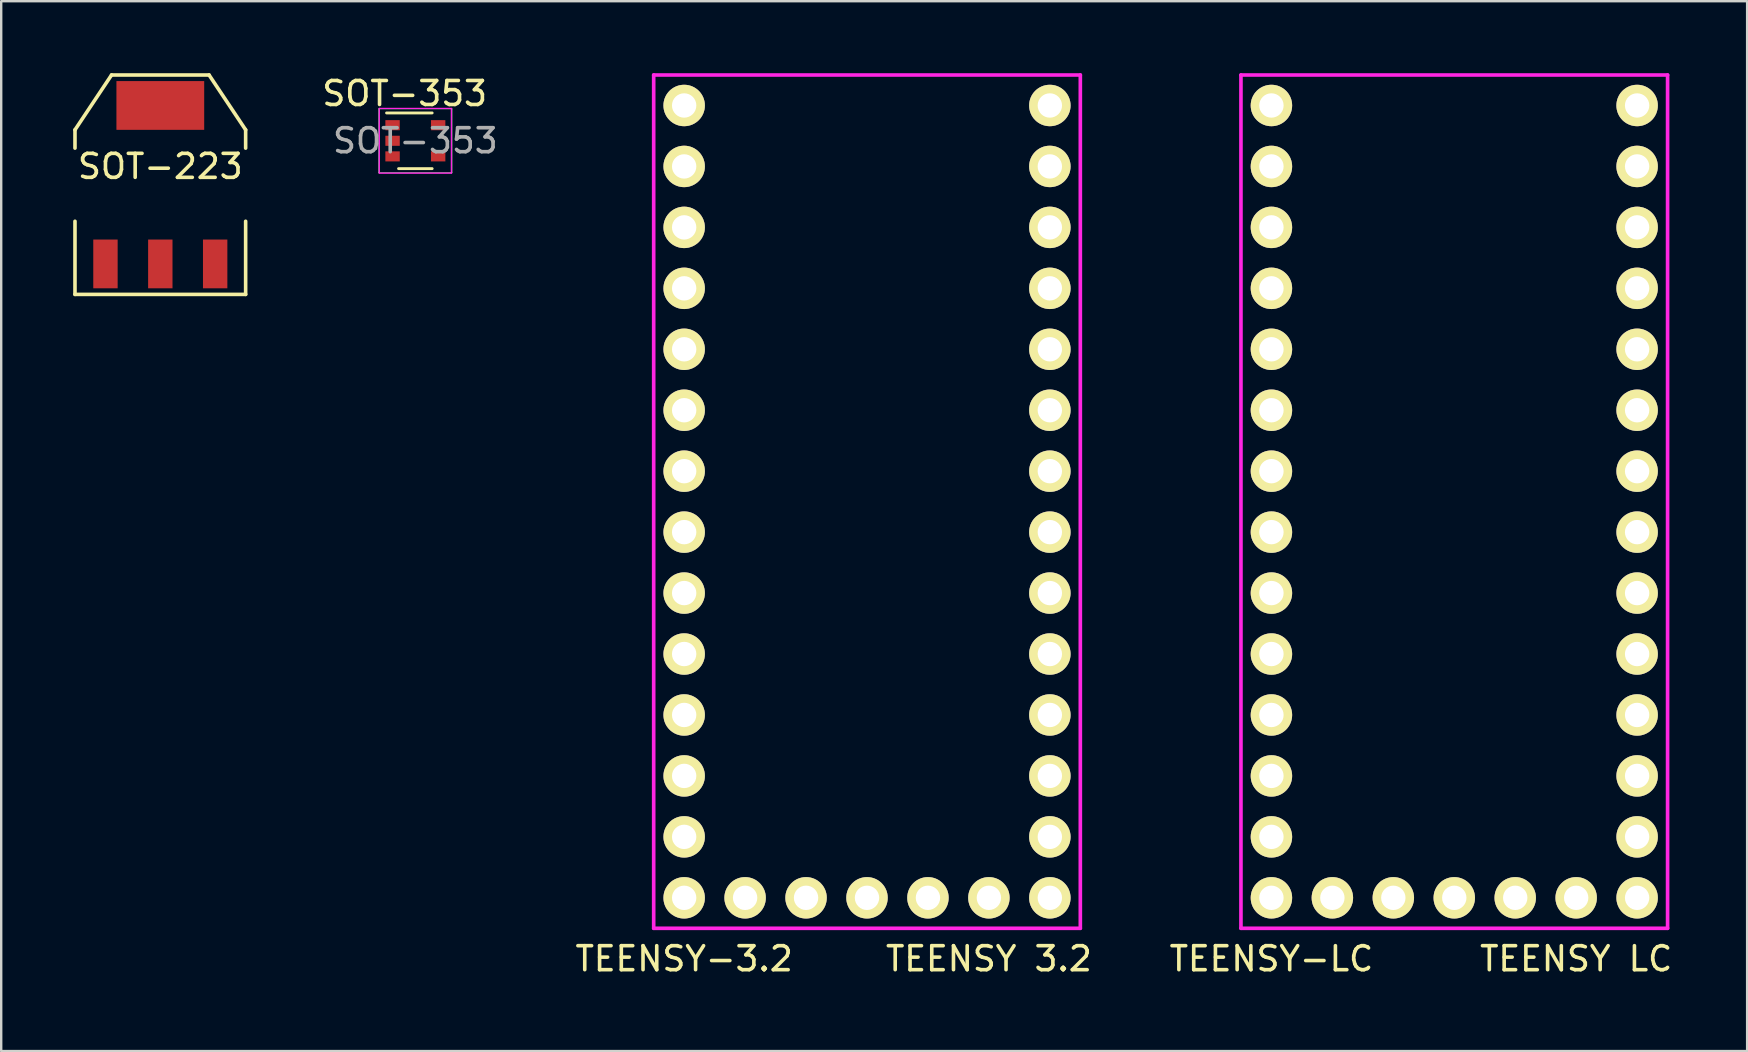
<source format=kicad_pcb>
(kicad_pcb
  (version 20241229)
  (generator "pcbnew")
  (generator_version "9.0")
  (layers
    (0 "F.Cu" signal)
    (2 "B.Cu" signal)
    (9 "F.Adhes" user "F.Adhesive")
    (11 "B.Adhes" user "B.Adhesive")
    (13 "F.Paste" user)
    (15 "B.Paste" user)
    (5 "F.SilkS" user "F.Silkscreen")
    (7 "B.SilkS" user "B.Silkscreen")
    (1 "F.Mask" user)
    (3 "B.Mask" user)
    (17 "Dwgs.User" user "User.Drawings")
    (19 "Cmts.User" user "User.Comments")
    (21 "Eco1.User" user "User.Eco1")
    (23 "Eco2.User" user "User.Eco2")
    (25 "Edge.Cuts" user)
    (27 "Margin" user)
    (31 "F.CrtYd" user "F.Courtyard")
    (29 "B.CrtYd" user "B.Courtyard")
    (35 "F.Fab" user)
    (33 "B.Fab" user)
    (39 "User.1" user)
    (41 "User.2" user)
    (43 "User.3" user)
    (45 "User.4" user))
  (footprint "SOT-353"
    (layer "F.Cu")
    (at 14.26 2.817)
    (property "Reference" "SOT-353" (at 0 0 0) (layer "F.Fab") (effects (font (size 1 1) (thickness 0.15))))
    (attr smd)
    (fp_line (start -0.7 1.16) (end 0.7 1.16) (stroke (width 0.12) (type solid)) (layer "F.SilkS"))
    (fp_line (start 0.7 -1.16) (end -1.2 -1.16) (stroke (width 0.12) (type solid)) (layer "F.SilkS"))
    (fp_line (start -1.5 -1.35) (end -1.5 1.35) (stroke (width 0.05) (type solid)) (layer "F.CrtYd"))
    (fp_line (start -1.5 -1.35) (end 1.5 -1.35) (stroke (width 0.05) (type solid)) (layer "F.CrtYd"))
    (fp_line (start -1.5 1.35) (end 1.5 1.35) (stroke (width 0.05) (type solid)) (layer "F.CrtYd"))
    (fp_line (start 1.5 1.35) (end 1.5 -1.35) (stroke (width 0.05) (type solid)) (layer "F.CrtYd"))
    (fp_line (start -1.524 -1.333) (end -1.524 1.333) (stroke (width 0.041) (type solid)) (layer "F.Fab"))
    (fp_line (start -1.524 1.333) (end 1.524 1.333) (stroke (width 0.041) (type solid)) (layer "F.Fab"))
    (fp_line (start 1.524 -1.333) (end -1.524 -1.333) (stroke (width 0.041) (type solid)) (layer "F.Fab"))
    (fp_line (start 1.524 1.333) (end 1.524 -1.333) (stroke (width 0.041) (type solid)) (layer "F.Fab"))
    (fp_text user "${REFERENCE}" (at -0.445 -1.968 0) (layer "F.SilkS") (effects (font (size 1 1) (thickness 0.15))))
    (pad "1" smd rect (at -0.95 -0.65) (size 0.6 0.42) (layers "F.Cu" "F.Mask" "F.Paste"))
    (pad "2" smd rect (at -0.95 0) (size 0.6 0.42) (layers "F.Cu" "F.Mask" "F.Paste"))
    (pad "3" smd rect (at -0.95 0.65) (size 0.6 0.42) (layers "F.Cu" "F.Mask" "F.Paste"))
    (pad "4" smd rect (at 0.95 0.65) (size 0.6 0.42) (layers "F.Cu" "F.Mask" "F.Paste"))
    (pad "5" smd rect (at 0.95 -0.65) (size 0.6 0.42) (layers "F.Cu" "F.Mask" "F.Paste")))
  (footprint "TEENSY-3.2"
    (layer "F.Cu")
    (at 35.622 11.506)
    (property "Reference" "TEENSY-3.2" (at -10.16 25.4 180) (layer "F.SilkS") (effects (font (size 1 1) (thickness 0.15))))
    (attr through_hole)
    (fp_line (start -11.43 -11.43) (end -11.43 24.13) (stroke (width 0.152) (type solid)) (layer "F.CrtYd"))
    (fp_line (start -11.43 24.13) (end 6.35 24.13) (stroke (width 0.152) (type solid)) (layer "F.CrtYd"))
    (fp_line (start 6.35 -11.43) (end -11.43 -11.43) (stroke (width 0.152) (type solid)) (layer "F.CrtYd"))
    (fp_line (start 6.35 24.13) (end 6.35 -11.43) (stroke (width 0.152) (type solid)) (layer "F.CrtYd"))
    (fp_text user "TEENSY 3.2" (at 2.54 25.4 0) (layer "F.SilkS") (effects (font (size 1 1) (thickness 0.15))))
    (pad "0" thru_hole circle (at -10.16 -7.62) (size 1.727 1.727) (drill 1.016) (layers "*.Cu" "*.Mask" "F.SilkS"))
    (pad "1" thru_hole circle (at -10.16 -5.08) (size 1.727 1.727) (drill 1.016) (layers "*.Cu" "*.Mask" "F.SilkS"))
    (pad "2" thru_hole circle (at -10.16 -2.54) (size 1.727 1.727) (drill 1.016) (layers "*.Cu" "*.Mask" "F.SilkS"))
    (pad "3" thru_hole circle (at -10.16 0) (size 1.727 1.727) (drill 1.016) (layers "*.Cu" "*.Mask" "F.SilkS"))
    (pad "3V1" thru_hole circle (at -5.08 22.86) (size 1.727 1.727) (drill 1.016) (layers "*.Cu" "*.Mask" "F.SilkS"))
    (pad "3V2" thru_hole circle (at 5.08 -5.08) (size 1.727 1.727) (drill 1.016) (layers "*.Cu" "*.Mask" "F.SilkS"))
    (pad "4" thru_hole circle (at -10.16 2.54) (size 1.727 1.727) (drill 1.016) (layers "*.Cu" "*.Mask" "F.SilkS"))
    (pad "5" thru_hole circle (at -10.16 5.08) (size 1.727 1.727) (drill 1.016) (layers "*.Cu" "*.Mask" "F.SilkS"))
    (pad "6" thru_hole circle (at -10.16 7.62) (size 1.727 1.727) (drill 1.016) (layers "*.Cu" "*.Mask" "F.SilkS"))
    (pad "7" thru_hole circle (at -10.16 10.16) (size 1.727 1.727) (drill 1.016) (layers "*.Cu" "*.Mask" "F.SilkS"))
    (pad "8" thru_hole circle (at -10.16 12.7) (size 1.727 1.727) (drill 1.016) (layers "*.Cu" "*.Mask" "F.SilkS"))
    (pad "9" thru_hole circle (at -10.16 15.24) (size 1.727 1.727) (drill 1.016) (layers "*.Cu" "*.Mask" "F.SilkS"))
    (pad "10" thru_hole circle (at -10.16 17.78) (size 1.727 1.727) (drill 1.016) (layers "*.Cu" "*.Mask" "F.SilkS"))
    (pad "11" thru_hole circle (at -10.16 20.32) (size 1.727 1.727) (drill 1.016) (layers "*.Cu" "*.Mask" "F.SilkS"))
    (pad "12" thru_hole circle (at -10.16 22.86) (size 1.727 1.727) (drill 1.016) (layers "*.Cu" "*.Mask" "F.SilkS"))
    (pad "13" thru_hole circle (at 5.08 22.86) (size 1.727 1.727) (drill 1.016) (layers "*.Cu" "*.Mask" "F.SilkS"))
    (pad "14" thru_hole circle (at 5.08 20.32) (size 1.727 1.727) (drill 1.016) (layers "*.Cu" "*.Mask" "F.SilkS"))
    (pad "15" thru_hole circle (at 5.08 17.78) (size 1.727 1.727) (drill 1.016) (layers "*.Cu" "*.Mask" "F.SilkS"))
    (pad "16" thru_hole circle (at 5.08 15.24) (size 1.727 1.727) (drill 1.016) (layers "*.Cu" "*.Mask" "F.SilkS"))
    (pad "17" thru_hole circle (at 5.08 12.7) (size 1.727 1.727) (drill 1.016) (layers "*.Cu" "*.Mask" "F.SilkS"))
    (pad "18" thru_hole circle (at 5.08 10.16) (size 1.727 1.727) (drill 1.016) (layers "*.Cu" "*.Mask" "F.SilkS"))
    (pad "19" thru_hole circle (at 5.08 7.62) (size 1.727 1.727) (drill 1.016) (layers "*.Cu" "*.Mask" "F.SilkS"))
    (pad "20" thru_hole circle (at 5.08 5.08) (size 1.727 1.727) (drill 1.016) (layers "*.Cu" "*.Mask" "F.SilkS"))
    (pad "21" thru_hole circle (at 5.08 2.54) (size 1.727 1.727) (drill 1.016) (layers "*.Cu" "*.Mask" "F.SilkS"))
    (pad "22" thru_hole circle (at 5.08 0) (size 1.727 1.727) (drill 1.016) (layers "*.Cu" "*.Mask" "F.SilkS"))
    (pad "23" thru_hole circle (at 5.08 -2.54) (size 1.727 1.727) (drill 1.016) (layers "*.Cu" "*.Mask" "F.SilkS"))
    (pad "AG" thru_hole circle (at 5.08 -7.62) (size 1.727 1.727) (drill 1.016) (layers "*.Cu" "*.Mask" "F.SilkS"))
    (pad "DAC" thru_hole circle (at 2.54 22.86) (size 1.727 1.727) (drill 1.016) (layers "*.Cu" "*.Mask" "F.SilkS"))
    (pad "G1" thru_hole circle (at -10.16 -10.16) (size 1.727 1.727) (drill 1.016) (layers "*.Cu" "*.Mask" "F.SilkS"))
    (pad "G2" thru_hole circle (at -2.54 22.86) (size 1.727 1.727) (drill 1.016) (layers "*.Cu" "*.Mask" "F.SilkS"))
    (pad "PGM" thru_hole circle (at 0 22.86) (size 1.727 1.727) (drill 1.016) (layers "*.Cu" "*.Mask" "F.SilkS"))
    (pad "VBAT" thru_hole circle (at -7.62 22.86) (size 1.727 1.727) (drill 1.016) (layers "*.Cu" "*.Mask" "F.SilkS"))
    (pad "VIN" thru_hole circle (at 5.08 -10.16) (size 1.727 1.727) (drill 1.016) (layers "*.Cu" "*.Mask" "F.SilkS")))
  (footprint "SOT-223"
    (layer "F.Cu")
    (at 3.631 4.647)
    (property "Reference" "SOT-223" (at 0 -0.762 0) (layer "F.SilkS") (effects (font (size 1 1) (thickness 0.15))))
    (attr smd)
    (fp_line (start -3.556 -2.286) (end -2.032 -4.572) (stroke (width 0.15) (type solid)) (layer "F.SilkS"))
    (fp_line (start -3.556 -1.524) (end -3.556 -2.286) (stroke (width 0.15) (type solid)) (layer "F.SilkS"))
    (fp_line (start -3.556 1.524) (end -3.556 4.572) (stroke (width 0.15) (type solid)) (layer "F.SilkS"))
    (fp_line (start -3.556 4.572) (end 3.556 4.572) (stroke (width 0.15) (type solid)) (layer "F.SilkS"))
    (fp_line (start -2.032 -4.572) (end 2.032 -4.572) (stroke (width 0.15) (type solid)) (layer "F.SilkS"))
    (fp_line (start 2.032 -4.572) (end 3.556 -2.286) (stroke (width 0.15) (type solid)) (layer "F.SilkS"))
    (fp_line (start 3.556 -2.286) (end 3.556 -1.524) (stroke (width 0.15) (type solid)) (layer "F.SilkS"))
    (fp_line (start 3.556 4.572) (end 3.556 1.524) (stroke (width 0.15) (type solid)) (layer "F.SilkS"))
    (pad "1" smd rect (at -2.286 3.302) (size 1.016 2.032) (layers "F.Cu" "F.Mask" "F.Paste"))
    (pad "2" smd rect (at 0 3.302) (size 1.016 2.032) (layers "F.Cu" "F.Mask" "F.Paste"))
    (pad "3" smd rect (at 2.286 3.302) (size 1.016 2.032) (layers "F.Cu" "F.Mask" "F.Paste"))
    (pad "4" smd rect (at 0 -3.302) (size 3.658 2.032) (layers "F.Cu" "F.Mask" "F.Paste")))
  (footprint "TEENSY-LC"
    (layer "F.Cu")
    (at 60.096 11.506)
    (property "Reference" "TEENSY-LC" (at -10.16 25.4 180) (layer "F.SilkS") (effects (font (size 1 1) (thickness 0.15))))
    (attr through_hole)
    (fp_line (start -11.43 -11.43) (end -11.43 24.13) (stroke (width 0.152) (type solid)) (layer "F.CrtYd"))
    (fp_line (start -11.43 24.13) (end 6.35 24.13) (stroke (width 0.152) (type solid)) (layer "F.CrtYd"))
    (fp_line (start 6.35 -11.43) (end -11.43 -11.43) (stroke (width 0.152) (type solid)) (layer "F.CrtYd"))
    (fp_line (start 6.35 24.13) (end 6.35 -11.43) (stroke (width 0.152) (type solid)) (layer "F.CrtYd"))
    (fp_text user "TEENSY LC" (at 2.54 25.4 0) (layer "F.SilkS") (effects (font (size 1 1) (thickness 0.15))))
    (pad "0" thru_hole circle (at -10.16 -7.62) (size 1.727 1.727) (drill 1.016) (layers "*.Cu" "*.Mask" "F.SilkS"))
    (pad "1" thru_hole circle (at -10.16 -5.08) (size 1.727 1.727) (drill 1.016) (layers "*.Cu" "*.Mask" "F.SilkS"))
    (pad "2" thru_hole circle (at -10.16 -2.54) (size 1.727 1.727) (drill 1.016) (layers "*.Cu" "*.Mask" "F.SilkS"))
    (pad "3" thru_hole circle (at -10.16 0) (size 1.727 1.727) (drill 1.016) (layers "*.Cu" "*.Mask" "F.SilkS"))
    (pad "3V1" thru_hole circle (at -5.08 22.86) (size 1.727 1.727) (drill 1.016) (layers "*.Cu" "*.Mask" "F.SilkS"))
    (pad "3V2" thru_hole circle (at 5.08 -5.08) (size 1.727 1.727) (drill 1.016) (layers "*.Cu" "*.Mask" "F.SilkS"))
    (pad "4" thru_hole circle (at -10.16 2.54) (size 1.727 1.727) (drill 1.016) (layers "*.Cu" "*.Mask" "F.SilkS"))
    (pad "5" thru_hole circle (at -10.16 5.08) (size 1.727 1.727) (drill 1.016) (layers "*.Cu" "*.Mask" "F.SilkS"))
    (pad "6" thru_hole circle (at -10.16 7.62) (size 1.727 1.727) (drill 1.016) (layers "*.Cu" "*.Mask" "F.SilkS"))
    (pad "7" thru_hole circle (at -10.16 10.16) (size 1.727 1.727) (drill 1.016) (layers "*.Cu" "*.Mask" "F.SilkS"))
    (pad "8" thru_hole circle (at -10.16 12.7) (size 1.727 1.727) (drill 1.016) (layers "*.Cu" "*.Mask" "F.SilkS"))
    (pad "9" thru_hole circle (at -10.16 15.24) (size 1.727 1.727) (drill 1.016) (layers "*.Cu" "*.Mask" "F.SilkS"))
    (pad "10" thru_hole circle (at -10.16 17.78) (size 1.727 1.727) (drill 1.016) (layers "*.Cu" "*.Mask" "F.SilkS"))
    (pad "11" thru_hole circle (at -10.16 20.32) (size 1.727 1.727) (drill 1.016) (layers "*.Cu" "*.Mask" "F.SilkS"))
    (pad "12" thru_hole circle (at -10.16 22.86) (size 1.727 1.727) (drill 1.016) (layers "*.Cu" "*.Mask" "F.SilkS"))
    (pad "13" thru_hole circle (at 5.08 22.86) (size 1.727 1.727) (drill 1.016) (layers "*.Cu" "*.Mask" "F.SilkS"))
    (pad "14" thru_hole circle (at 5.08 20.32) (size 1.727 1.727) (drill 1.016) (layers "*.Cu" "*.Mask" "F.SilkS"))
    (pad "15" thru_hole circle (at 5.08 17.78) (size 1.727 1.727) (drill 1.016) (layers "*.Cu" "*.Mask" "F.SilkS"))
    (pad "16" thru_hole circle (at 5.08 15.24) (size 1.727 1.727) (drill 1.016) (layers "*.Cu" "*.Mask" "F.SilkS"))
    (pad "17" thru_hole circle (at 5.08 12.7) (size 1.727 1.727) (drill 1.016) (layers "*.Cu" "*.Mask" "F.SilkS"))
    (pad "17A" thru_hole circle (at -7.62 22.86) (size 1.727 1.727) (drill 1.016) (layers "*.Cu" "*.Mask" "F.SilkS"))
    (pad "18" thru_hole circle (at 5.08 10.16) (size 1.727 1.727) (drill 1.016) (layers "*.Cu" "*.Mask" "F.SilkS"))
    (pad "19" thru_hole circle (at 5.08 7.62) (size 1.727 1.727) (drill 1.016) (layers "*.Cu" "*.Mask" "F.SilkS"))
    (pad "20" thru_hole circle (at 5.08 5.08) (size 1.727 1.727) (drill 1.016) (layers "*.Cu" "*.Mask" "F.SilkS"))
    (pad "21" thru_hole circle (at 5.08 2.54) (size 1.727 1.727) (drill 1.016) (layers "*.Cu" "*.Mask" "F.SilkS"))
    (pad "22" thru_hole circle (at 5.08 0) (size 1.727 1.727) (drill 1.016) (layers "*.Cu" "*.Mask" "F.SilkS"))
    (pad "23" thru_hole circle (at 5.08 -2.54) (size 1.727 1.727) (drill 1.016) (layers "*.Cu" "*.Mask" "F.SilkS"))
    (pad "DAC" thru_hole circle (at 2.54 22.86) (size 1.727 1.727) (drill 1.016) (layers "*.Cu" "*.Mask" "F.SilkS"))
    (pad "G1" thru_hole circle (at -10.16 -10.16) (size 1.727 1.727) (drill 1.016) (layers "*.Cu" "*.Mask" "F.SilkS"))
    (pad "G2" thru_hole circle (at -2.54 22.86) (size 1.727 1.727) (drill 1.016) (layers "*.Cu" "*.Mask" "F.SilkS"))
    (pad "G3" thru_hole circle (at 5.08 -7.62) (size 1.727 1.727) (drill 1.016) (layers "*.Cu" "*.Mask" "F.SilkS"))
    (pad "PGM" thru_hole circle (at 0 22.86) (size 1.727 1.727) (drill 1.016) (layers "*.Cu" "*.Mask" "F.SilkS"))
    (pad "VIN" thru_hole circle (at 5.08 -10.16) (size 1.727 1.727) (drill 1.016) (layers "*.Cu" "*.Mask" "F.SilkS")))
  (gr_rect
    (start -3 -3)
    (end 69.761 40.754)
    (stroke (width 0.1) (type default))
    (fill no)
    (layer "Edge.Cuts")))
</source>
